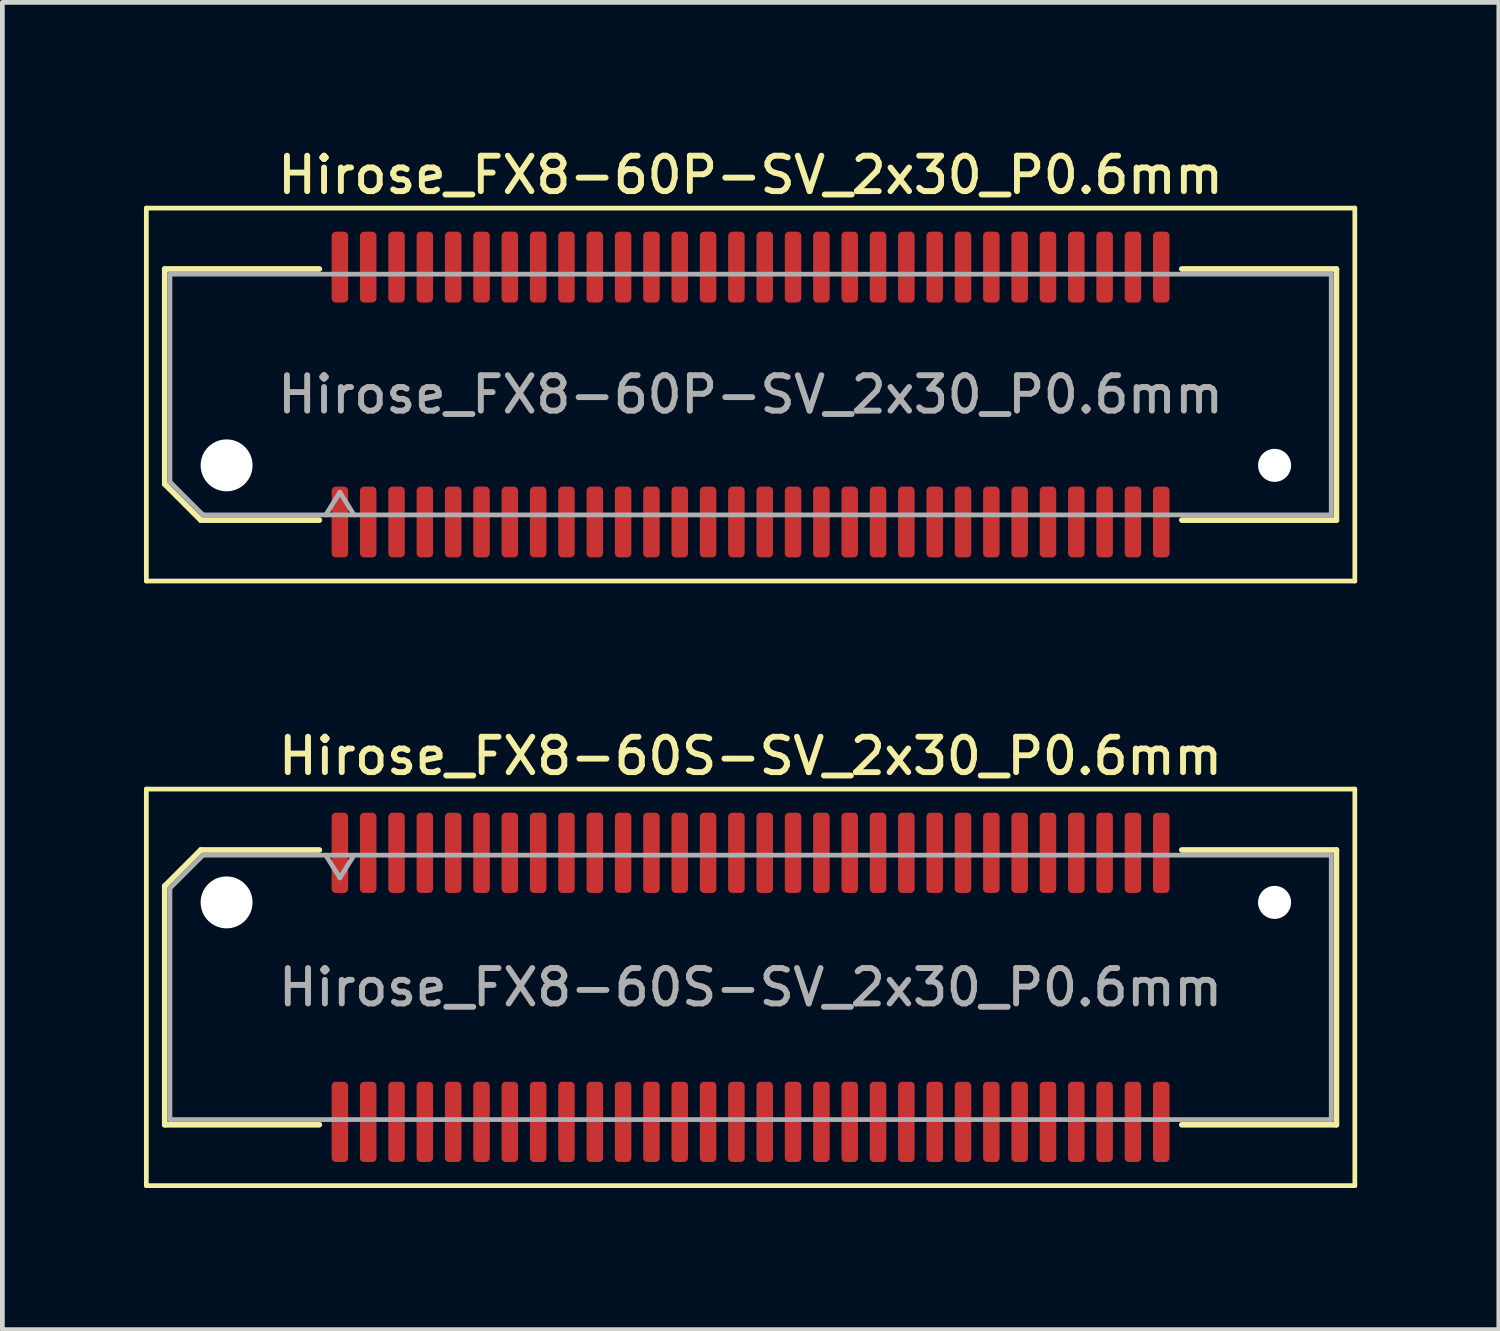
<source format=kicad_pcb>
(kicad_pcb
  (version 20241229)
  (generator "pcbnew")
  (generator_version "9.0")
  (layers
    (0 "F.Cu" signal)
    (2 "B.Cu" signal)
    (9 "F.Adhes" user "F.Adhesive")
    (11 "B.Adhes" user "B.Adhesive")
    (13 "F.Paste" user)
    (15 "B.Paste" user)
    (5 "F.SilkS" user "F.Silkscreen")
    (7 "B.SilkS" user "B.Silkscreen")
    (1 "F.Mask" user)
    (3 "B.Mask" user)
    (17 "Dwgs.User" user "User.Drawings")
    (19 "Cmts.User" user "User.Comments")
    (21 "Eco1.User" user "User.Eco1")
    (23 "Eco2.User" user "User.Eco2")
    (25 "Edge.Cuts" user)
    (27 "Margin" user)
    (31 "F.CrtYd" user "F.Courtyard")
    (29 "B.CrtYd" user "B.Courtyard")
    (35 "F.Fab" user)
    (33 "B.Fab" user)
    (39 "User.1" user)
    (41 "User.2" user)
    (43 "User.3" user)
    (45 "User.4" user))
  (footprint "Hirose_FX8-60S-SV_2x30_P0.6mm"
    (layer "F.Cu")
    (at 12.85 17.866)
    (property "Reference" "Hirose_FX8-60S-SV_2x30_P0.6mm" (at 0 -4.9 0) (layer "F.SilkS") (effects (font (size 0.75 0.75) (thickness 0.125))))
    (attr smd)
    (fp_line (start -12.8 -4.2) (end -12.8 4.2) (stroke (width 0.1) (type solid)) (layer "F.SilkS"))
    (fp_line (start -12.8 4.2) (end 12.8 4.2) (stroke (width 0.1) (type solid)) (layer "F.SilkS"))
    (fp_line (start -12.41 -2.146) (end -11.646 -2.91) (stroke (width 0.12) (type solid)) (layer "F.SilkS"))
    (fp_line (start -12.41 2.91) (end -12.41 -2.146) (stroke (width 0.12) (type solid)) (layer "F.SilkS"))
    (fp_line (start -11.646 -2.91) (end -9.135 -2.91) (stroke (width 0.12) (type solid)) (layer "F.SilkS"))
    (fp_line (start -9.135 2.91) (end -12.41 2.91) (stroke (width 0.12) (type solid)) (layer "F.SilkS"))
    (fp_line (start 9.135 -2.91) (end 12.41 -2.91) (stroke (width 0.12) (type solid)) (layer "F.SilkS"))
    (fp_line (start 12.41 -2.91) (end 12.41 2.91) (stroke (width 0.12) (type solid)) (layer "F.SilkS"))
    (fp_line (start 12.41 2.91) (end 9.135 2.91) (stroke (width 0.12) (type solid)) (layer "F.SilkS"))
    (fp_line (start 12.8 -4.2) (end -12.8 -4.2) (stroke (width 0.1) (type solid)) (layer "F.SilkS"))
    (fp_line (start 12.8 4.2) (end 12.8 -4.2) (stroke (width 0.1) (type solid)) (layer "F.SilkS"))
    (fp_line (start -12.3 -2.1) (end -11.6 -2.8) (stroke (width 0.1) (type solid)) (layer "F.Fab"))
    (fp_line (start -12.3 2.8) (end -12.3 -2.1) (stroke (width 0.1) (type solid)) (layer "F.Fab"))
    (fp_line (start -11.6 -2.8) (end 12.3 -2.8) (stroke (width 0.1) (type solid)) (layer "F.Fab"))
    (fp_line (start -9 -2.8) (end -8.7 -2.32) (stroke (width 0.1) (type solid)) (layer "F.Fab"))
    (fp_line (start -8.7 -2.32) (end -8.4 -2.8) (stroke (width 0.1) (type solid)) (layer "F.Fab"))
    (fp_line (start 12.3 -2.8) (end 12.3 2.8) (stroke (width 0.1) (type solid)) (layer "F.Fab"))
    (fp_line (start 12.3 2.8) (end -12.3 2.8) (stroke (width 0.1) (type solid)) (layer "F.Fab"))
    (fp_text user "${REFERENCE}" (at 0 0 0) (layer "F.Fab") (effects (font (size 0.75 0.75) (thickness 0.125))))
    (pad "" np_thru_hole circle (at -11.1 -1.8) (size 1.1 1.1) (drill 1.1) (layers "*.Cu" "*.Mask"))
    (pad "" np_thru_hole circle (at 11.1 -1.8) (size 0.7 0.7) (drill 0.7) (layers "*.Cu" "*.Mask"))
    (pad "1" smd roundrect (at -8.7 -2.85) (size 0.35 1.7) (layers "F.Cu" "F.Mask" "F.Paste") (roundrect_rratio 0.25))
    (pad "2" smd roundrect (at -8.7 2.85) (size 0.35 1.7) (layers "F.Cu" "F.Mask" "F.Paste") (roundrect_rratio 0.25))
    (pad "3" smd roundrect (at -8.1 -2.85) (size 0.35 1.7) (layers "F.Cu" "F.Mask" "F.Paste") (roundrect_rratio 0.25))
    (pad "4" smd roundrect (at -8.1 2.85) (size 0.35 1.7) (layers "F.Cu" "F.Mask" "F.Paste") (roundrect_rratio 0.25))
    (pad "5" smd roundrect (at -7.5 -2.85) (size 0.35 1.7) (layers "F.Cu" "F.Mask" "F.Paste") (roundrect_rratio 0.25))
    (pad "6" smd roundrect (at -7.5 2.85) (size 0.35 1.7) (layers "F.Cu" "F.Mask" "F.Paste") (roundrect_rratio 0.25))
    (pad "7" smd roundrect (at -6.9 -2.85) (size 0.35 1.7) (layers "F.Cu" "F.Mask" "F.Paste") (roundrect_rratio 0.25))
    (pad "8" smd roundrect (at -6.9 2.85) (size 0.35 1.7) (layers "F.Cu" "F.Mask" "F.Paste") (roundrect_rratio 0.25))
    (pad "9" smd roundrect (at -6.3 -2.85) (size 0.35 1.7) (layers "F.Cu" "F.Mask" "F.Paste") (roundrect_rratio 0.25))
    (pad "10" smd roundrect (at -6.3 2.85) (size 0.35 1.7) (layers "F.Cu" "F.Mask" "F.Paste") (roundrect_rratio 0.25))
    (pad "11" smd roundrect (at -5.7 -2.85) (size 0.35 1.7) (layers "F.Cu" "F.Mask" "F.Paste") (roundrect_rratio 0.25))
    (pad "12" smd roundrect (at -5.7 2.85) (size 0.35 1.7) (layers "F.Cu" "F.Mask" "F.Paste") (roundrect_rratio 0.25))
    (pad "13" smd roundrect (at -5.1 -2.85) (size 0.35 1.7) (layers "F.Cu" "F.Mask" "F.Paste") (roundrect_rratio 0.25))
    (pad "14" smd roundrect (at -5.1 2.85) (size 0.35 1.7) (layers "F.Cu" "F.Mask" "F.Paste") (roundrect_rratio 0.25))
    (pad "15" smd roundrect (at -4.5 -2.85) (size 0.35 1.7) (layers "F.Cu" "F.Mask" "F.Paste") (roundrect_rratio 0.25))
    (pad "16" smd roundrect (at -4.5 2.85) (size 0.35 1.7) (layers "F.Cu" "F.Mask" "F.Paste") (roundrect_rratio 0.25))
    (pad "17" smd roundrect (at -3.9 -2.85) (size 0.35 1.7) (layers "F.Cu" "F.Mask" "F.Paste") (roundrect_rratio 0.25))
    (pad "18" smd roundrect (at -3.9 2.85) (size 0.35 1.7) (layers "F.Cu" "F.Mask" "F.Paste") (roundrect_rratio 0.25))
    (pad "19" smd roundrect (at -3.3 -2.85) (size 0.35 1.7) (layers "F.Cu" "F.Mask" "F.Paste") (roundrect_rratio 0.25))
    (pad "20" smd roundrect (at -3.3 2.85) (size 0.35 1.7) (layers "F.Cu" "F.Mask" "F.Paste") (roundrect_rratio 0.25))
    (pad "21" smd roundrect (at -2.7 -2.85) (size 0.35 1.7) (layers "F.Cu" "F.Mask" "F.Paste") (roundrect_rratio 0.25))
    (pad "22" smd roundrect (at -2.7 2.85) (size 0.35 1.7) (layers "F.Cu" "F.Mask" "F.Paste") (roundrect_rratio 0.25))
    (pad "23" smd roundrect (at -2.1 -2.85) (size 0.35 1.7) (layers "F.Cu" "F.Mask" "F.Paste") (roundrect_rratio 0.25))
    (pad "24" smd roundrect (at -2.1 2.85) (size 0.35 1.7) (layers "F.Cu" "F.Mask" "F.Paste") (roundrect_rratio 0.25))
    (pad "25" smd roundrect (at -1.5 -2.85) (size 0.35 1.7) (layers "F.Cu" "F.Mask" "F.Paste") (roundrect_rratio 0.25))
    (pad "26" smd roundrect (at -1.5 2.85) (size 0.35 1.7) (layers "F.Cu" "F.Mask" "F.Paste") (roundrect_rratio 0.25))
    (pad "27" smd roundrect (at -0.9 -2.85) (size 0.35 1.7) (layers "F.Cu" "F.Mask" "F.Paste") (roundrect_rratio 0.25))
    (pad "28" smd roundrect (at -0.9 2.85) (size 0.35 1.7) (layers "F.Cu" "F.Mask" "F.Paste") (roundrect_rratio 0.25))
    (pad "29" smd roundrect (at -0.3 -2.85) (size 0.35 1.7) (layers "F.Cu" "F.Mask" "F.Paste") (roundrect_rratio 0.25))
    (pad "30" smd roundrect (at -0.3 2.85) (size 0.35 1.7) (layers "F.Cu" "F.Mask" "F.Paste") (roundrect_rratio 0.25))
    (pad "31" smd roundrect (at 0.3 -2.85) (size 0.35 1.7) (layers "F.Cu" "F.Mask" "F.Paste") (roundrect_rratio 0.25))
    (pad "32" smd roundrect (at 0.3 2.85) (size 0.35 1.7) (layers "F.Cu" "F.Mask" "F.Paste") (roundrect_rratio 0.25))
    (pad "33" smd roundrect (at 0.9 -2.85) (size 0.35 1.7) (layers "F.Cu" "F.Mask" "F.Paste") (roundrect_rratio 0.25))
    (pad "34" smd roundrect (at 0.9 2.85) (size 0.35 1.7) (layers "F.Cu" "F.Mask" "F.Paste") (roundrect_rratio 0.25))
    (pad "35" smd roundrect (at 1.5 -2.85) (size 0.35 1.7) (layers "F.Cu" "F.Mask" "F.Paste") (roundrect_rratio 0.25))
    (pad "36" smd roundrect (at 1.5 2.85) (size 0.35 1.7) (layers "F.Cu" "F.Mask" "F.Paste") (roundrect_rratio 0.25))
    (pad "37" smd roundrect (at 2.1 -2.85) (size 0.35 1.7) (layers "F.Cu" "F.Mask" "F.Paste") (roundrect_rratio 0.25))
    (pad "38" smd roundrect (at 2.1 2.85) (size 0.35 1.7) (layers "F.Cu" "F.Mask" "F.Paste") (roundrect_rratio 0.25))
    (pad "39" smd roundrect (at 2.7 -2.85) (size 0.35 1.7) (layers "F.Cu" "F.Mask" "F.Paste") (roundrect_rratio 0.25))
    (pad "40" smd roundrect (at 2.7 2.85) (size 0.35 1.7) (layers "F.Cu" "F.Mask" "F.Paste") (roundrect_rratio 0.25))
    (pad "41" smd roundrect (at 3.3 -2.85) (size 0.35 1.7) (layers "F.Cu" "F.Mask" "F.Paste") (roundrect_rratio 0.25))
    (pad "42" smd roundrect (at 3.3 2.85) (size 0.35 1.7) (layers "F.Cu" "F.Mask" "F.Paste") (roundrect_rratio 0.25))
    (pad "43" smd roundrect (at 3.9 -2.85) (size 0.35 1.7) (layers "F.Cu" "F.Mask" "F.Paste") (roundrect_rratio 0.25))
    (pad "44" smd roundrect (at 3.9 2.85) (size 0.35 1.7) (layers "F.Cu" "F.Mask" "F.Paste") (roundrect_rratio 0.25))
    (pad "45" smd roundrect (at 4.5 -2.85) (size 0.35 1.7) (layers "F.Cu" "F.Mask" "F.Paste") (roundrect_rratio 0.25))
    (pad "46" smd roundrect (at 4.5 2.85) (size 0.35 1.7) (layers "F.Cu" "F.Mask" "F.Paste") (roundrect_rratio 0.25))
    (pad "47" smd roundrect (at 5.1 -2.85) (size 0.35 1.7) (layers "F.Cu" "F.Mask" "F.Paste") (roundrect_rratio 0.25))
    (pad "48" smd roundrect (at 5.1 2.85) (size 0.35 1.7) (layers "F.Cu" "F.Mask" "F.Paste") (roundrect_rratio 0.25))
    (pad "49" smd roundrect (at 5.7 -2.85) (size 0.35 1.7) (layers "F.Cu" "F.Mask" "F.Paste") (roundrect_rratio 0.25))
    (pad "50" smd roundrect (at 5.7 2.85) (size 0.35 1.7) (layers "F.Cu" "F.Mask" "F.Paste") (roundrect_rratio 0.25))
    (pad "51" smd roundrect (at 6.3 -2.85) (size 0.35 1.7) (layers "F.Cu" "F.Mask" "F.Paste") (roundrect_rratio 0.25))
    (pad "52" smd roundrect (at 6.3 2.85) (size 0.35 1.7) (layers "F.Cu" "F.Mask" "F.Paste") (roundrect_rratio 0.25))
    (pad "53" smd roundrect (at 6.9 -2.85) (size 0.35 1.7) (layers "F.Cu" "F.Mask" "F.Paste") (roundrect_rratio 0.25))
    (pad "54" smd roundrect (at 6.9 2.85) (size 0.35 1.7) (layers "F.Cu" "F.Mask" "F.Paste") (roundrect_rratio 0.25))
    (pad "55" smd roundrect (at 7.5 -2.85) (size 0.35 1.7) (layers "F.Cu" "F.Mask" "F.Paste") (roundrect_rratio 0.25))
    (pad "56" smd roundrect (at 7.5 2.85) (size 0.35 1.7) (layers "F.Cu" "F.Mask" "F.Paste") (roundrect_rratio 0.25))
    (pad "57" smd roundrect (at 8.1 -2.85) (size 0.35 1.7) (layers "F.Cu" "F.Mask" "F.Paste") (roundrect_rratio 0.25))
    (pad "58" smd roundrect (at 8.1 2.85) (size 0.35 1.7) (layers "F.Cu" "F.Mask" "F.Paste") (roundrect_rratio 0.25))
    (pad "59" smd roundrect (at 8.7 -2.85) (size 0.35 1.7) (layers "F.Cu" "F.Mask" "F.Paste") (roundrect_rratio 0.25))
    (pad "60" smd roundrect (at 8.7 2.85) (size 0.35 1.7) (layers "F.Cu" "F.Mask" "F.Paste") (roundrect_rratio 0.25)))
  (footprint "Hirose_FX8-60P-SV_2x30_P0.6mm"
    (layer "F.Cu")
    (at 12.85 5.308)
    (property "Reference" "Hirose_FX8-60P-SV_2x30_P0.6mm" (at 0 -4.65 0) (layer "F.SilkS") (effects (font (size 0.75 0.75) (thickness 0.125))))
    (attr smd)
    (fp_line (start -12.8 -3.95) (end -12.8 3.95) (stroke (width 0.1) (type solid)) (layer "F.SilkS"))
    (fp_line (start -12.8 3.95) (end 12.8 3.95) (stroke (width 0.1) (type solid)) (layer "F.SilkS"))
    (fp_line (start -12.41 -2.66) (end -9.135 -2.66) (stroke (width 0.12) (type solid)) (layer "F.SilkS"))
    (fp_line (start -12.41 1.896) (end -12.41 -2.66) (stroke (width 0.12) (type solid)) (layer "F.SilkS"))
    (fp_line (start -11.646 2.66) (end -12.41 1.896) (stroke (width 0.12) (type solid)) (layer "F.SilkS"))
    (fp_line (start -9.135 2.66) (end -11.646 2.66) (stroke (width 0.12) (type solid)) (layer "F.SilkS"))
    (fp_line (start 9.135 -2.66) (end 12.41 -2.66) (stroke (width 0.12) (type solid)) (layer "F.SilkS"))
    (fp_line (start 12.41 -2.66) (end 12.41 2.66) (stroke (width 0.12) (type solid)) (layer "F.SilkS"))
    (fp_line (start 12.41 2.66) (end 9.135 2.66) (stroke (width 0.12) (type solid)) (layer "F.SilkS"))
    (fp_line (start 12.8 -3.95) (end -12.8 -3.95) (stroke (width 0.1) (type solid)) (layer "F.SilkS"))
    (fp_line (start 12.8 3.95) (end 12.8 -3.95) (stroke (width 0.1) (type solid)) (layer "F.SilkS"))
    (fp_line (start -12.3 -2.55) (end 12.3 -2.55) (stroke (width 0.1) (type solid)) (layer "F.Fab"))
    (fp_line (start -12.3 1.85) (end -12.3 -2.55) (stroke (width 0.1) (type solid)) (layer "F.Fab"))
    (fp_line (start -11.6 2.55) (end -12.3 1.85) (stroke (width 0.1) (type solid)) (layer "F.Fab"))
    (fp_line (start -9 2.55) (end -8.7 2.07) (stroke (width 0.1) (type solid)) (layer "F.Fab"))
    (fp_line (start -8.7 2.07) (end -8.4 2.55) (stroke (width 0.1) (type solid)) (layer "F.Fab"))
    (fp_line (start 12.3 -2.55) (end 12.3 2.55) (stroke (width 0.1) (type solid)) (layer "F.Fab"))
    (fp_line (start 12.3 2.55) (end -11.6 2.55) (stroke (width 0.1) (type solid)) (layer "F.Fab"))
    (fp_text user "${REFERENCE}" (at 0 0 0) (layer "F.Fab") (effects (font (size 0.75 0.75) (thickness 0.125))))
    (pad "" np_thru_hole circle (at -11.1 1.5) (size 1.1 1.1) (drill 1.1) (layers "*.Cu" "*.Mask"))
    (pad "" np_thru_hole circle (at 11.1 1.5) (size 0.7 0.7) (drill 0.7) (layers "*.Cu" "*.Mask"))
    (pad "1" smd roundrect (at -8.7 2.7) (size 0.35 1.5) (layers "F.Cu" "F.Mask" "F.Paste") (roundrect_rratio 0.25))
    (pad "2" smd roundrect (at -8.7 -2.7) (size 0.35 1.5) (layers "F.Cu" "F.Mask" "F.Paste") (roundrect_rratio 0.25))
    (pad "3" smd roundrect (at -8.1 2.7) (size 0.35 1.5) (layers "F.Cu" "F.Mask" "F.Paste") (roundrect_rratio 0.25))
    (pad "4" smd roundrect (at -8.1 -2.7) (size 0.35 1.5) (layers "F.Cu" "F.Mask" "F.Paste") (roundrect_rratio 0.25))
    (pad "5" smd roundrect (at -7.5 2.7) (size 0.35 1.5) (layers "F.Cu" "F.Mask" "F.Paste") (roundrect_rratio 0.25))
    (pad "6" smd roundrect (at -7.5 -2.7) (size 0.35 1.5) (layers "F.Cu" "F.Mask" "F.Paste") (roundrect_rratio 0.25))
    (pad "7" smd roundrect (at -6.9 2.7) (size 0.35 1.5) (layers "F.Cu" "F.Mask" "F.Paste") (roundrect_rratio 0.25))
    (pad "8" smd roundrect (at -6.9 -2.7) (size 0.35 1.5) (layers "F.Cu" "F.Mask" "F.Paste") (roundrect_rratio 0.25))
    (pad "9" smd roundrect (at -6.3 2.7) (size 0.35 1.5) (layers "F.Cu" "F.Mask" "F.Paste") (roundrect_rratio 0.25))
    (pad "10" smd roundrect (at -6.3 -2.7) (size 0.35 1.5) (layers "F.Cu" "F.Mask" "F.Paste") (roundrect_rratio 0.25))
    (pad "11" smd roundrect (at -5.7 2.7) (size 0.35 1.5) (layers "F.Cu" "F.Mask" "F.Paste") (roundrect_rratio 0.25))
    (pad "12" smd roundrect (at -5.7 -2.7) (size 0.35 1.5) (layers "F.Cu" "F.Mask" "F.Paste") (roundrect_rratio 0.25))
    (pad "13" smd roundrect (at -5.1 2.7) (size 0.35 1.5) (layers "F.Cu" "F.Mask" "F.Paste") (roundrect_rratio 0.25))
    (pad "14" smd roundrect (at -5.1 -2.7) (size 0.35 1.5) (layers "F.Cu" "F.Mask" "F.Paste") (roundrect_rratio 0.25))
    (pad "15" smd roundrect (at -4.5 2.7) (size 0.35 1.5) (layers "F.Cu" "F.Mask" "F.Paste") (roundrect_rratio 0.25))
    (pad "16" smd roundrect (at -4.5 -2.7) (size 0.35 1.5) (layers "F.Cu" "F.Mask" "F.Paste") (roundrect_rratio 0.25))
    (pad "17" smd roundrect (at -3.9 2.7) (size 0.35 1.5) (layers "F.Cu" "F.Mask" "F.Paste") (roundrect_rratio 0.25))
    (pad "18" smd roundrect (at -3.9 -2.7) (size 0.35 1.5) (layers "F.Cu" "F.Mask" "F.Paste") (roundrect_rratio 0.25))
    (pad "19" smd roundrect (at -3.3 2.7) (size 0.35 1.5) (layers "F.Cu" "F.Mask" "F.Paste") (roundrect_rratio 0.25))
    (pad "20" smd roundrect (at -3.3 -2.7) (size 0.35 1.5) (layers "F.Cu" "F.Mask" "F.Paste") (roundrect_rratio 0.25))
    (pad "21" smd roundrect (at -2.7 2.7) (size 0.35 1.5) (layers "F.Cu" "F.Mask" "F.Paste") (roundrect_rratio 0.25))
    (pad "22" smd roundrect (at -2.7 -2.7) (size 0.35 1.5) (layers "F.Cu" "F.Mask" "F.Paste") (roundrect_rratio 0.25))
    (pad "23" smd roundrect (at -2.1 2.7) (size 0.35 1.5) (layers "F.Cu" "F.Mask" "F.Paste") (roundrect_rratio 0.25))
    (pad "24" smd roundrect (at -2.1 -2.7) (size 0.35 1.5) (layers "F.Cu" "F.Mask" "F.Paste") (roundrect_rratio 0.25))
    (pad "25" smd roundrect (at -1.5 2.7) (size 0.35 1.5) (layers "F.Cu" "F.Mask" "F.Paste") (roundrect_rratio 0.25))
    (pad "26" smd roundrect (at -1.5 -2.7) (size 0.35 1.5) (layers "F.Cu" "F.Mask" "F.Paste") (roundrect_rratio 0.25))
    (pad "27" smd roundrect (at -0.9 2.7) (size 0.35 1.5) (layers "F.Cu" "F.Mask" "F.Paste") (roundrect_rratio 0.25))
    (pad "28" smd roundrect (at -0.9 -2.7) (size 0.35 1.5) (layers "F.Cu" "F.Mask" "F.Paste") (roundrect_rratio 0.25))
    (pad "29" smd roundrect (at -0.3 2.7) (size 0.35 1.5) (layers "F.Cu" "F.Mask" "F.Paste") (roundrect_rratio 0.25))
    (pad "30" smd roundrect (at -0.3 -2.7) (size 0.35 1.5) (layers "F.Cu" "F.Mask" "F.Paste") (roundrect_rratio 0.25))
    (pad "31" smd roundrect (at 0.3 2.7) (size 0.35 1.5) (layers "F.Cu" "F.Mask" "F.Paste") (roundrect_rratio 0.25))
    (pad "32" smd roundrect (at 0.3 -2.7) (size 0.35 1.5) (layers "F.Cu" "F.Mask" "F.Paste") (roundrect_rratio 0.25))
    (pad "33" smd roundrect (at 0.9 2.7) (size 0.35 1.5) (layers "F.Cu" "F.Mask" "F.Paste") (roundrect_rratio 0.25))
    (pad "34" smd roundrect (at 0.9 -2.7) (size 0.35 1.5) (layers "F.Cu" "F.Mask" "F.Paste") (roundrect_rratio 0.25))
    (pad "35" smd roundrect (at 1.5 2.7) (size 0.35 1.5) (layers "F.Cu" "F.Mask" "F.Paste") (roundrect_rratio 0.25))
    (pad "36" smd roundrect (at 1.5 -2.7) (size 0.35 1.5) (layers "F.Cu" "F.Mask" "F.Paste") (roundrect_rratio 0.25))
    (pad "37" smd roundrect (at 2.1 2.7) (size 0.35 1.5) (layers "F.Cu" "F.Mask" "F.Paste") (roundrect_rratio 0.25))
    (pad "38" smd roundrect (at 2.1 -2.7) (size 0.35 1.5) (layers "F.Cu" "F.Mask" "F.Paste") (roundrect_rratio 0.25))
    (pad "39" smd roundrect (at 2.7 2.7) (size 0.35 1.5) (layers "F.Cu" "F.Mask" "F.Paste") (roundrect_rratio 0.25))
    (pad "40" smd roundrect (at 2.7 -2.7) (size 0.35 1.5) (layers "F.Cu" "F.Mask" "F.Paste") (roundrect_rratio 0.25))
    (pad "41" smd roundrect (at 3.3 2.7) (size 0.35 1.5) (layers "F.Cu" "F.Mask" "F.Paste") (roundrect_rratio 0.25))
    (pad "42" smd roundrect (at 3.3 -2.7) (size 0.35 1.5) (layers "F.Cu" "F.Mask" "F.Paste") (roundrect_rratio 0.25))
    (pad "43" smd roundrect (at 3.9 2.7) (size 0.35 1.5) (layers "F.Cu" "F.Mask" "F.Paste") (roundrect_rratio 0.25))
    (pad "44" smd roundrect (at 3.9 -2.7) (size 0.35 1.5) (layers "F.Cu" "F.Mask" "F.Paste") (roundrect_rratio 0.25))
    (pad "45" smd roundrect (at 4.5 2.7) (size 0.35 1.5) (layers "F.Cu" "F.Mask" "F.Paste") (roundrect_rratio 0.25))
    (pad "46" smd roundrect (at 4.5 -2.7) (size 0.35 1.5) (layers "F.Cu" "F.Mask" "F.Paste") (roundrect_rratio 0.25))
    (pad "47" smd roundrect (at 5.1 2.7) (size 0.35 1.5) (layers "F.Cu" "F.Mask" "F.Paste") (roundrect_rratio 0.25))
    (pad "48" smd roundrect (at 5.1 -2.7) (size 0.35 1.5) (layers "F.Cu" "F.Mask" "F.Paste") (roundrect_rratio 0.25))
    (pad "49" smd roundrect (at 5.7 2.7) (size 0.35 1.5) (layers "F.Cu" "F.Mask" "F.Paste") (roundrect_rratio 0.25))
    (pad "50" smd roundrect (at 5.7 -2.7) (size 0.35 1.5) (layers "F.Cu" "F.Mask" "F.Paste") (roundrect_rratio 0.25))
    (pad "51" smd roundrect (at 6.3 2.7) (size 0.35 1.5) (layers "F.Cu" "F.Mask" "F.Paste") (roundrect_rratio 0.25))
    (pad "52" smd roundrect (at 6.3 -2.7) (size 0.35 1.5) (layers "F.Cu" "F.Mask" "F.Paste") (roundrect_rratio 0.25))
    (pad "53" smd roundrect (at 6.9 2.7) (size 0.35 1.5) (layers "F.Cu" "F.Mask" "F.Paste") (roundrect_rratio 0.25))
    (pad "54" smd roundrect (at 6.9 -2.7) (size 0.35 1.5) (layers "F.Cu" "F.Mask" "F.Paste") (roundrect_rratio 0.25))
    (pad "55" smd roundrect (at 7.5 2.7) (size 0.35 1.5) (layers "F.Cu" "F.Mask" "F.Paste") (roundrect_rratio 0.25))
    (pad "56" smd roundrect (at 7.5 -2.7) (size 0.35 1.5) (layers "F.Cu" "F.Mask" "F.Paste") (roundrect_rratio 0.25))
    (pad "57" smd roundrect (at 8.1 2.7) (size 0.35 1.5) (layers "F.Cu" "F.Mask" "F.Paste") (roundrect_rratio 0.25))
    (pad "58" smd roundrect (at 8.1 -2.7) (size 0.35 1.5) (layers "F.Cu" "F.Mask" "F.Paste") (roundrect_rratio 0.25))
    (pad "59" smd roundrect (at 8.7 2.7) (size 0.35 1.5) (layers "F.Cu" "F.Mask" "F.Paste") (roundrect_rratio 0.25))
    (pad "60" smd roundrect (at 8.7 -2.7) (size 0.35 1.5) (layers "F.Cu" "F.Mask" "F.Paste") (roundrect_rratio 0.25)))
  (gr_rect
    (start -3 -3)
    (end 28.7 25.116)
    (stroke (width 0.1) (type default))
    (fill no)
    (layer "Edge.Cuts")))
</source>
